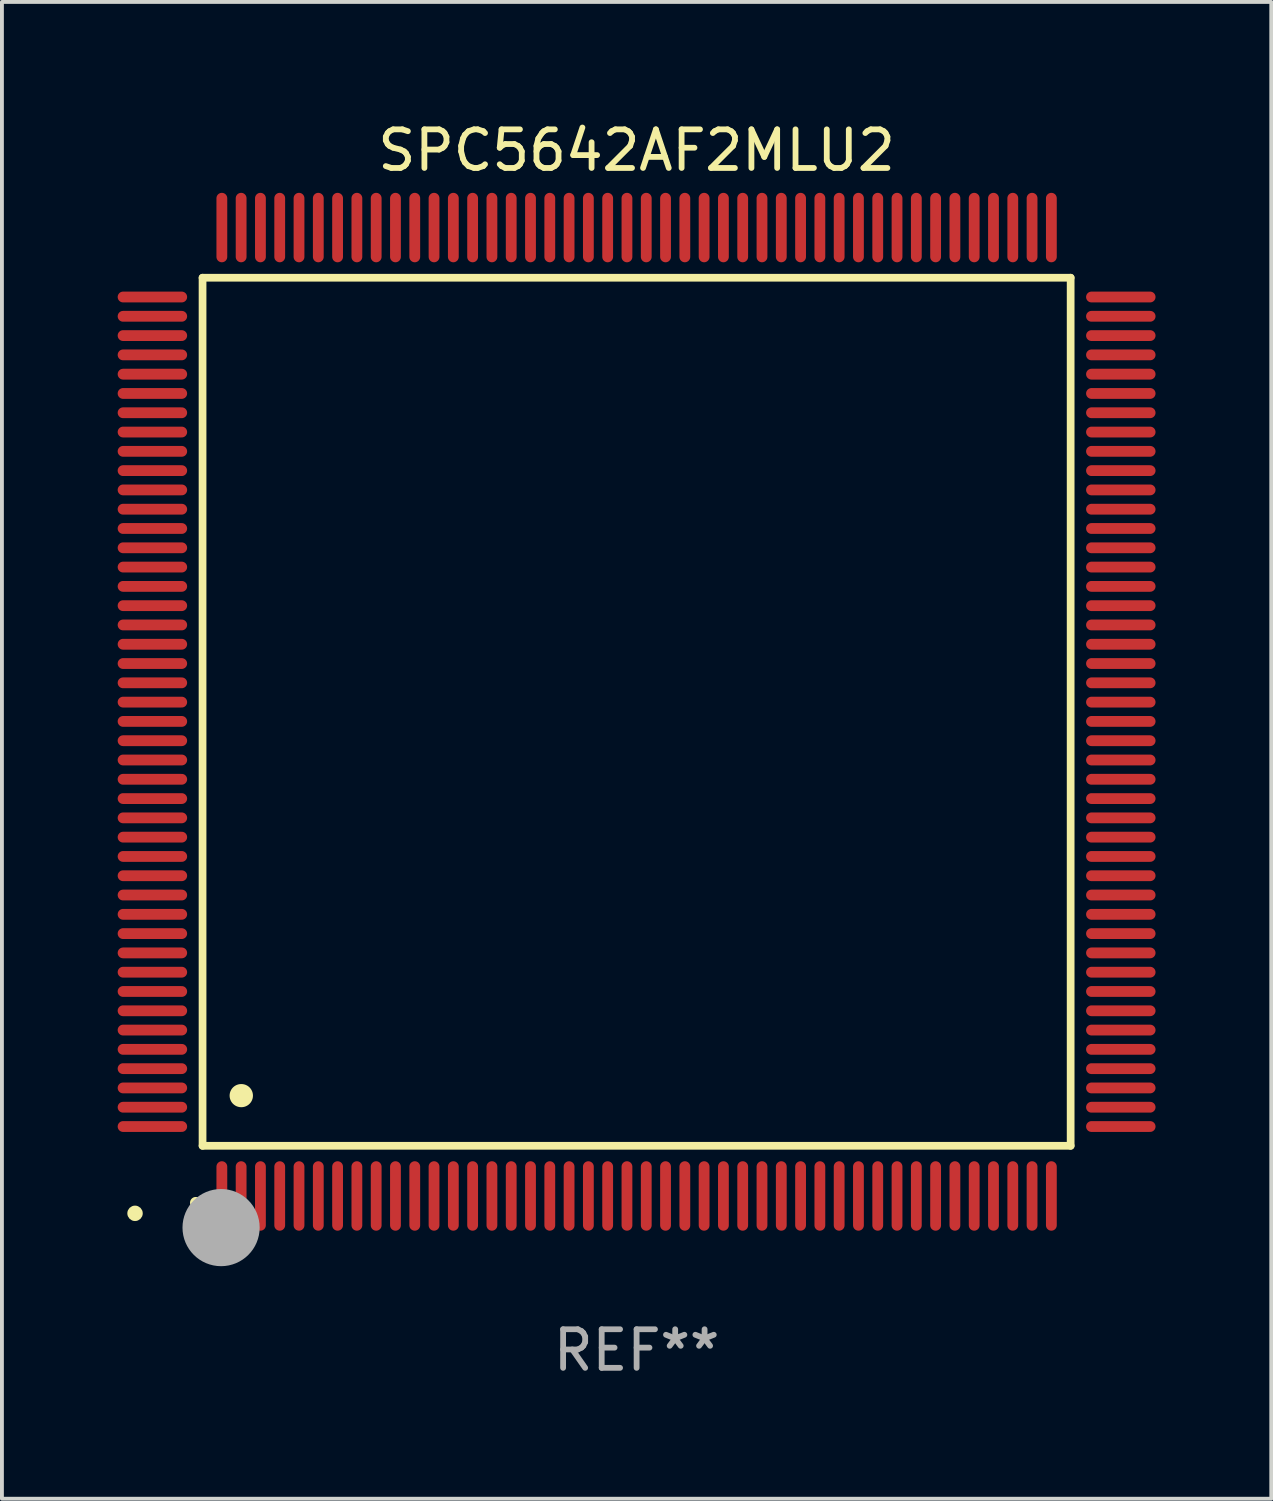
<source format=kicad_pcb>
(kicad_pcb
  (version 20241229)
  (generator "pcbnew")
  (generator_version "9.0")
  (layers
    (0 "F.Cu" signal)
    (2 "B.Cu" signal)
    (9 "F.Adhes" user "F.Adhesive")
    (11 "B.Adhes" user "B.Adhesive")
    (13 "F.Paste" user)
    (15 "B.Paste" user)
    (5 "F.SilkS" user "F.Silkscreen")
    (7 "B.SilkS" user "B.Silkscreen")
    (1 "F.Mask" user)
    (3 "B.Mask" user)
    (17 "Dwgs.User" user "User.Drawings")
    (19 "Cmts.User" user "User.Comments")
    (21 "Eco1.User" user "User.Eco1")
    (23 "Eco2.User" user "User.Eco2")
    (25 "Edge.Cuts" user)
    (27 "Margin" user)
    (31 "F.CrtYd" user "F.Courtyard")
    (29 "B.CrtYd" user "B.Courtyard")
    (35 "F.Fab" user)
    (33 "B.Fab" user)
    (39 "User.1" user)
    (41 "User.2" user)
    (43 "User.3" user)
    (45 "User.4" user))
  (footprint "SPC5642AF2MLU2"
    (layer "F.Cu")
    (at 13.45 15.398)
    (property "Reference" "SPC5642AF2MLU2" (at 0 -14.55 0) (layer "F.SilkS") (effects (font (size 1 1) (thickness 0.15))))
    (attr through_hole)
    (fp_line (start -11.25 -11.25) (end 11.25 -11.25) (stroke (width 0.2) (type solid)) (layer "F.SilkS"))
    (fp_line (start -11.25 11.25) (end -11.25 -11.25) (stroke (width 0.2) (type solid)) (layer "F.SilkS"))
    (fp_line (start 11.25 -11.25) (end 11.25 11.25) (stroke (width 0.2) (type solid)) (layer "F.SilkS"))
    (fp_line (start 11.25 11.25) (end -11.25 11.25) (stroke (width 0.2) (type solid)) (layer "F.SilkS"))
    (fp_arc (start -11.424943 12.725425) (mid -11.423673 12.72542) (end -11.422403 12.725425) (stroke (width 0.3) (type solid)) (layer "F.SilkS"))
    (fp_arc (start -10.24892 9.9492) (mid -10.24638 9.949189) (end -10.24384 9.9492) (stroke (width 0.6) (type solid)) (layer "F.SilkS"))
    (fp_circle (center -13 13) (end -12.9 13) (stroke (width 0.2) (type solid)) (fill no) (layer "F.SilkS"))
    (fp_circle (center -10.77 13.37) (end -10.27 13.37) (stroke (width 1) (type solid)) (fill no) (layer "F.Fab"))
    (fp_text user "REF**" (at 0 16.55 0) (layer "F.Fab") (effects (font (size 1 1) (thickness 0.15))))
    (pad "1" smd oval (at -10.75 12.55) (size 0.28 1.8) (layers "F.Cu" "F.Mask" "F.Paste"))
    (pad "2" smd oval (at -10.25 12.55) (size 0.28 1.8) (layers "F.Cu" "F.Mask" "F.Paste"))
    (pad "3" smd oval (at -9.75 12.55) (size 0.28 1.8) (layers "F.Cu" "F.Mask" "F.Paste"))
    (pad "4" smd oval (at -9.25 12.55) (size 0.28 1.8) (layers "F.Cu" "F.Mask" "F.Paste"))
    (pad "5" smd oval (at -8.75 12.55) (size 0.28 1.8) (layers "F.Cu" "F.Mask" "F.Paste"))
    (pad "6" smd oval (at -8.25 12.55) (size 0.28 1.8) (layers "F.Cu" "F.Mask" "F.Paste"))
    (pad "7" smd oval (at -7.75 12.55) (size 0.28 1.8) (layers "F.Cu" "F.Mask" "F.Paste"))
    (pad "8" smd oval (at -7.25 12.55) (size 0.28 1.8) (layers "F.Cu" "F.Mask" "F.Paste"))
    (pad "9" smd oval (at -6.75 12.55) (size 0.28 1.8) (layers "F.Cu" "F.Mask" "F.Paste"))
    (pad "10" smd oval (at -6.25 12.55) (size 0.28 1.8) (layers "F.Cu" "F.Mask" "F.Paste"))
    (pad "11" smd oval (at -5.75 12.55) (size 0.28 1.8) (layers "F.Cu" "F.Mask" "F.Paste"))
    (pad "12" smd oval (at -5.25 12.55) (size 0.28 1.8) (layers "F.Cu" "F.Mask" "F.Paste"))
    (pad "13" smd oval (at -4.75 12.55) (size 0.28 1.8) (layers "F.Cu" "F.Mask" "F.Paste"))
    (pad "14" smd oval (at -4.25 12.55) (size 0.28 1.8) (layers "F.Cu" "F.Mask" "F.Paste"))
    (pad "15" smd oval (at -3.75 12.55) (size 0.28 1.8) (layers "F.Cu" "F.Mask" "F.Paste"))
    (pad "16" smd oval (at -3.25 12.55) (size 0.28 1.8) (layers "F.Cu" "F.Mask" "F.Paste"))
    (pad "17" smd oval (at -2.75 12.55) (size 0.28 1.8) (layers "F.Cu" "F.Mask" "F.Paste"))
    (pad "18" smd oval (at -2.25 12.55) (size 0.28 1.8) (layers "F.Cu" "F.Mask" "F.Paste"))
    (pad "19" smd oval (at -1.75 12.55) (size 0.28 1.8) (layers "F.Cu" "F.Mask" "F.Paste"))
    (pad "20" smd oval (at -1.25 12.55) (size 0.28 1.8) (layers "F.Cu" "F.Mask" "F.Paste"))
    (pad "21" smd oval (at -0.75 12.55) (size 0.28 1.8) (layers "F.Cu" "F.Mask" "F.Paste"))
    (pad "22" smd oval (at -0.25 12.55) (size 0.28 1.8) (layers "F.Cu" "F.Mask" "F.Paste"))
    (pad "23" smd oval (at 0.25 12.55) (size 0.28 1.8) (layers "F.Cu" "F.Mask" "F.Paste"))
    (pad "24" smd oval (at 0.75 12.55) (size 0.28 1.8) (layers "F.Cu" "F.Mask" "F.Paste"))
    (pad "25" smd oval (at 1.25 12.55) (size 0.28 1.8) (layers "F.Cu" "F.Mask" "F.Paste"))
    (pad "26" smd oval (at 1.75 12.55) (size 0.28 1.8) (layers "F.Cu" "F.Mask" "F.Paste"))
    (pad "27" smd oval (at 2.25 12.55) (size 0.28 1.8) (layers "F.Cu" "F.Mask" "F.Paste"))
    (pad "28" smd oval (at 2.75 12.55) (size 0.28 1.8) (layers "F.Cu" "F.Mask" "F.Paste"))
    (pad "29" smd oval (at 3.25 12.55) (size 0.28 1.8) (layers "F.Cu" "F.Mask" "F.Paste"))
    (pad "30" smd oval (at 3.75 12.55) (size 0.28 1.8) (layers "F.Cu" "F.Mask" "F.Paste"))
    (pad "31" smd oval (at 4.25 12.55) (size 0.28 1.8) (layers "F.Cu" "F.Mask" "F.Paste"))
    (pad "32" smd oval (at 4.75 12.55) (size 0.28 1.8) (layers "F.Cu" "F.Mask" "F.Paste"))
    (pad "33" smd oval (at 5.25 12.55) (size 0.28 1.8) (layers "F.Cu" "F.Mask" "F.Paste"))
    (pad "34" smd oval (at 5.75 12.55) (size 0.28 1.8) (layers "F.Cu" "F.Mask" "F.Paste"))
    (pad "35" smd oval (at 6.25 12.55) (size 0.28 1.8) (layers "F.Cu" "F.Mask" "F.Paste"))
    (pad "36" smd oval (at 6.75 12.55) (size 0.28 1.8) (layers "F.Cu" "F.Mask" "F.Paste"))
    (pad "37" smd oval (at 7.25 12.55) (size 0.28 1.8) (layers "F.Cu" "F.Mask" "F.Paste"))
    (pad "38" smd oval (at 7.75 12.55) (size 0.28 1.8) (layers "F.Cu" "F.Mask" "F.Paste"))
    (pad "39" smd oval (at 8.25 12.55) (size 0.28 1.8) (layers "F.Cu" "F.Mask" "F.Paste"))
    (pad "40" smd oval (at 8.75 12.55) (size 0.28 1.8) (layers "F.Cu" "F.Mask" "F.Paste"))
    (pad "41" smd oval (at 9.25 12.55) (size 0.28 1.8) (layers "F.Cu" "F.Mask" "F.Paste"))
    (pad "42" smd oval (at 9.75 12.55) (size 0.28 1.8) (layers "F.Cu" "F.Mask" "F.Paste"))
    (pad "43" smd oval (at 10.25 12.55) (size 0.28 1.8) (layers "F.Cu" "F.Mask" "F.Paste"))
    (pad "44" smd oval (at 10.75 12.55) (size 0.28 1.8) (layers "F.Cu" "F.Mask" "F.Paste"))
    (pad "45" smd oval (at 12.55 10.75) (size 1.8 0.28) (layers "F.Cu" "F.Mask" "F.Paste"))
    (pad "46" smd oval (at 12.55 10.25) (size 1.8 0.28) (layers "F.Cu" "F.Mask" "F.Paste"))
    (pad "47" smd oval (at 12.55 9.75) (size 1.8 0.28) (layers "F.Cu" "F.Mask" "F.Paste"))
    (pad "48" smd oval (at 12.55 9.25) (size 1.8 0.28) (layers "F.Cu" "F.Mask" "F.Paste"))
    (pad "49" smd oval (at 12.55 8.75) (size 1.8 0.28) (layers "F.Cu" "F.Mask" "F.Paste"))
    (pad "50" smd oval (at 12.55 8.25) (size 1.8 0.28) (layers "F.Cu" "F.Mask" "F.Paste"))
    (pad "51" smd oval (at 12.55 7.75) (size 1.8 0.28) (layers "F.Cu" "F.Mask" "F.Paste"))
    (pad "52" smd oval (at 12.55 7.25) (size 1.8 0.28) (layers "F.Cu" "F.Mask" "F.Paste"))
    (pad "53" smd oval (at 12.55 6.75) (size 1.8 0.28) (layers "F.Cu" "F.Mask" "F.Paste"))
    (pad "54" smd oval (at 12.55 6.25) (size 1.8 0.28) (layers "F.Cu" "F.Mask" "F.Paste"))
    (pad "55" smd oval (at 12.55 5.75) (size 1.8 0.28) (layers "F.Cu" "F.Mask" "F.Paste"))
    (pad "56" smd oval (at 12.55 5.25) (size 1.8 0.28) (layers "F.Cu" "F.Mask" "F.Paste"))
    (pad "57" smd oval (at 12.55 4.75) (size 1.8 0.28) (layers "F.Cu" "F.Mask" "F.Paste"))
    (pad "58" smd oval (at 12.55 4.25) (size 1.8 0.28) (layers "F.Cu" "F.Mask" "F.Paste"))
    (pad "59" smd oval (at 12.55 3.75) (size 1.8 0.28) (layers "F.Cu" "F.Mask" "F.Paste"))
    (pad "60" smd oval (at 12.55 3.25) (size 1.8 0.28) (layers "F.Cu" "F.Mask" "F.Paste"))
    (pad "61" smd oval (at 12.55 2.75) (size 1.8 0.28) (layers "F.Cu" "F.Mask" "F.Paste"))
    (pad "62" smd oval (at 12.55 2.25) (size 1.8 0.28) (layers "F.Cu" "F.Mask" "F.Paste"))
    (pad "63" smd oval (at 12.55 1.75) (size 1.8 0.28) (layers "F.Cu" "F.Mask" "F.Paste"))
    (pad "64" smd oval (at 12.55 1.25) (size 1.8 0.28) (layers "F.Cu" "F.Mask" "F.Paste"))
    (pad "65" smd oval (at 12.55 0.75) (size 1.8 0.28) (layers "F.Cu" "F.Mask" "F.Paste"))
    (pad "66" smd oval (at 12.55 0.25) (size 1.8 0.28) (layers "F.Cu" "F.Mask" "F.Paste"))
    (pad "67" smd oval (at 12.55 -0.25) (size 1.8 0.28) (layers "F.Cu" "F.Mask" "F.Paste"))
    (pad "68" smd oval (at 12.55 -0.75) (size 1.8 0.28) (layers "F.Cu" "F.Mask" "F.Paste"))
    (pad "69" smd oval (at 12.55 -1.25) (size 1.8 0.28) (layers "F.Cu" "F.Mask" "F.Paste"))
    (pad "70" smd oval (at 12.55 -1.75) (size 1.8 0.28) (layers "F.Cu" "F.Mask" "F.Paste"))
    (pad "71" smd oval (at 12.55 -2.25) (size 1.8 0.28) (layers "F.Cu" "F.Mask" "F.Paste"))
    (pad "72" smd oval (at 12.55 -2.75) (size 1.8 0.28) (layers "F.Cu" "F.Mask" "F.Paste"))
    (pad "73" smd oval (at 12.55 -3.25) (size 1.8 0.28) (layers "F.Cu" "F.Mask" "F.Paste"))
    (pad "74" smd oval (at 12.55 -3.75) (size 1.8 0.28) (layers "F.Cu" "F.Mask" "F.Paste"))
    (pad "75" smd oval (at 12.55 -4.25) (size 1.8 0.28) (layers "F.Cu" "F.Mask" "F.Paste"))
    (pad "76" smd oval (at 12.55 -4.75) (size 1.8 0.28) (layers "F.Cu" "F.Mask" "F.Paste"))
    (pad "77" smd oval (at 12.55 -5.25) (size 1.8 0.28) (layers "F.Cu" "F.Mask" "F.Paste"))
    (pad "78" smd oval (at 12.55 -5.75) (size 1.8 0.28) (layers "F.Cu" "F.Mask" "F.Paste"))
    (pad "79" smd oval (at 12.55 -6.25) (size 1.8 0.28) (layers "F.Cu" "F.Mask" "F.Paste"))
    (pad "80" smd oval (at 12.55 -6.75) (size 1.8 0.28) (layers "F.Cu" "F.Mask" "F.Paste"))
    (pad "81" smd oval (at 12.55 -7.25) (size 1.8 0.28) (layers "F.Cu" "F.Mask" "F.Paste"))
    (pad "82" smd oval (at 12.55 -7.75) (size 1.8 0.28) (layers "F.Cu" "F.Mask" "F.Paste"))
    (pad "83" smd oval (at 12.55 -8.25) (size 1.8 0.28) (layers "F.Cu" "F.Mask" "F.Paste"))
    (pad "84" smd oval (at 12.55 -8.75) (size 1.8 0.28) (layers "F.Cu" "F.Mask" "F.Paste"))
    (pad "85" smd oval (at 12.55 -9.25) (size 1.8 0.28) (layers "F.Cu" "F.Mask" "F.Paste"))
    (pad "86" smd oval (at 12.55 -9.75) (size 1.8 0.28) (layers "F.Cu" "F.Mask" "F.Paste"))
    (pad "87" smd oval (at 12.55 -10.25) (size 1.8 0.28) (layers "F.Cu" "F.Mask" "F.Paste"))
    (pad "88" smd oval (at 12.55 -10.75) (size 1.8 0.28) (layers "F.Cu" "F.Mask" "F.Paste"))
    (pad "89" smd oval (at 10.75 -12.55) (size 0.28 1.8) (layers "F.Cu" "F.Mask" "F.Paste"))
    (pad "90" smd oval (at 10.25 -12.55) (size 0.28 1.8) (layers "F.Cu" "F.Mask" "F.Paste"))
    (pad "91" smd oval (at 9.75 -12.55) (size 0.28 1.8) (layers "F.Cu" "F.Mask" "F.Paste"))
    (pad "92" smd oval (at 9.25 -12.55) (size 0.28 1.8) (layers "F.Cu" "F.Mask" "F.Paste"))
    (pad "93" smd oval (at 8.75 -12.55) (size 0.28 1.8) (layers "F.Cu" "F.Mask" "F.Paste"))
    (pad "94" smd oval (at 8.25 -12.55) (size 0.28 1.8) (layers "F.Cu" "F.Mask" "F.Paste"))
    (pad "95" smd oval (at 7.75 -12.55) (size 0.28 1.8) (layers "F.Cu" "F.Mask" "F.Paste"))
    (pad "96" smd oval (at 7.25 -12.55) (size 0.28 1.8) (layers "F.Cu" "F.Mask" "F.Paste"))
    (pad "97" smd oval (at 6.75 -12.55) (size 0.28 1.8) (layers "F.Cu" "F.Mask" "F.Paste"))
    (pad "98" smd oval (at 6.25 -12.55) (size 0.28 1.8) (layers "F.Cu" "F.Mask" "F.Paste"))
    (pad "99" smd oval (at 5.75 -12.55) (size 0.28 1.8) (layers "F.Cu" "F.Mask" "F.Paste"))
    (pad "100" smd oval (at 5.25 -12.55) (size 0.28 1.8) (layers "F.Cu" "F.Mask" "F.Paste"))
    (pad "101" smd oval (at 4.75 -12.55) (size 0.28 1.8) (layers "F.Cu" "F.Mask" "F.Paste"))
    (pad "102" smd oval (at 4.25 -12.55) (size 0.28 1.8) (layers "F.Cu" "F.Mask" "F.Paste"))
    (pad "103" smd oval (at 3.75 -12.55) (size 0.28 1.8) (layers "F.Cu" "F.Mask" "F.Paste"))
    (pad "104" smd oval (at 3.25 -12.55) (size 0.28 1.8) (layers "F.Cu" "F.Mask" "F.Paste"))
    (pad "105" smd oval (at 2.75 -12.55) (size 0.28 1.8) (layers "F.Cu" "F.Mask" "F.Paste"))
    (pad "106" smd oval (at 2.25 -12.55) (size 0.28 1.8) (layers "F.Cu" "F.Mask" "F.Paste"))
    (pad "107" smd oval (at 1.75 -12.55) (size 0.28 1.8) (layers "F.Cu" "F.Mask" "F.Paste"))
    (pad "108" smd oval (at 1.25 -12.55) (size 0.28 1.8) (layers "F.Cu" "F.Mask" "F.Paste"))
    (pad "109" smd oval (at 0.75 -12.55) (size 0.28 1.8) (layers "F.Cu" "F.Mask" "F.Paste"))
    (pad "110" smd oval (at 0.25 -12.55) (size 0.28 1.8) (layers "F.Cu" "F.Mask" "F.Paste"))
    (pad "111" smd oval (at -0.25 -12.55) (size 0.28 1.8) (layers "F.Cu" "F.Mask" "F.Paste"))
    (pad "112" smd oval (at -0.75 -12.55) (size 0.28 1.8) (layers "F.Cu" "F.Mask" "F.Paste"))
    (pad "113" smd oval (at -1.25 -12.55) (size 0.28 1.8) (layers "F.Cu" "F.Mask" "F.Paste"))
    (pad "114" smd oval (at -1.75 -12.55) (size 0.28 1.8) (layers "F.Cu" "F.Mask" "F.Paste"))
    (pad "115" smd oval (at -2.25 -12.55) (size 0.28 1.8) (layers "F.Cu" "F.Mask" "F.Paste"))
    (pad "116" smd oval (at -2.75 -12.55) (size 0.28 1.8) (layers "F.Cu" "F.Mask" "F.Paste"))
    (pad "117" smd oval (at -3.25 -12.55) (size 0.28 1.8) (layers "F.Cu" "F.Mask" "F.Paste"))
    (pad "118" smd oval (at -3.75 -12.55) (size 0.28 1.8) (layers "F.Cu" "F.Mask" "F.Paste"))
    (pad "119" smd oval (at -4.25 -12.55) (size 0.28 1.8) (layers "F.Cu" "F.Mask" "F.Paste"))
    (pad "120" smd oval (at -4.75 -12.55) (size 0.28 1.8) (layers "F.Cu" "F.Mask" "F.Paste"))
    (pad "121" smd oval (at -5.25 -12.55) (size 0.28 1.8) (layers "F.Cu" "F.Mask" "F.Paste"))
    (pad "122" smd oval (at -5.75 -12.55) (size 0.28 1.8) (layers "F.Cu" "F.Mask" "F.Paste"))
    (pad "123" smd oval (at -6.25 -12.55) (size 0.28 1.8) (layers "F.Cu" "F.Mask" "F.Paste"))
    (pad "124" smd oval (at -6.75 -12.55) (size 0.28 1.8) (layers "F.Cu" "F.Mask" "F.Paste"))
    (pad "125" smd oval (at -7.25 -12.55) (size 0.28 1.8) (layers "F.Cu" "F.Mask" "F.Paste"))
    (pad "126" smd oval (at -7.75 -12.55) (size 0.28 1.8) (layers "F.Cu" "F.Mask" "F.Paste"))
    (pad "127" smd oval (at -8.25 -12.55) (size 0.28 1.8) (layers "F.Cu" "F.Mask" "F.Paste"))
    (pad "128" smd oval (at -8.75 -12.55) (size 0.28 1.8) (layers "F.Cu" "F.Mask" "F.Paste"))
    (pad "129" smd oval (at -9.25 -12.55) (size 0.28 1.8) (layers "F.Cu" "F.Mask" "F.Paste"))
    (pad "130" smd oval (at -9.75 -12.55) (size 0.28 1.8) (layers "F.Cu" "F.Mask" "F.Paste"))
    (pad "131" smd oval (at -10.25 -12.55) (size 0.28 1.8) (layers "F.Cu" "F.Mask" "F.Paste"))
    (pad "132" smd oval (at -10.75 -12.55) (size 0.28 1.8) (layers "F.Cu" "F.Mask" "F.Paste"))
    (pad "133" smd oval (at -12.55 -10.75) (size 1.8 0.28) (layers "F.Cu" "F.Mask" "F.Paste"))
    (pad "134" smd oval (at -12.55 -10.25) (size 1.8 0.28) (layers "F.Cu" "F.Mask" "F.Paste"))
    (pad "135" smd oval (at -12.55 -9.75) (size 1.8 0.28) (layers "F.Cu" "F.Mask" "F.Paste"))
    (pad "136" smd oval (at -12.55 -9.25) (size 1.8 0.28) (layers "F.Cu" "F.Mask" "F.Paste"))
    (pad "137" smd oval (at -12.55 -8.75) (size 1.8 0.28) (layers "F.Cu" "F.Mask" "F.Paste"))
    (pad "138" smd oval (at -12.55 -8.25) (size 1.8 0.28) (layers "F.Cu" "F.Mask" "F.Paste"))
    (pad "139" smd oval (at -12.55 -7.75) (size 1.8 0.28) (layers "F.Cu" "F.Mask" "F.Paste"))
    (pad "140" smd oval (at -12.55 -7.25) (size 1.8 0.28) (layers "F.Cu" "F.Mask" "F.Paste"))
    (pad "141" smd oval (at -12.55 -6.75) (size 1.8 0.28) (layers "F.Cu" "F.Mask" "F.Paste"))
    (pad "142" smd oval (at -12.55 -6.25) (size 1.8 0.28) (layers "F.Cu" "F.Mask" "F.Paste"))
    (pad "143" smd oval (at -12.55 -5.75) (size 1.8 0.28) (layers "F.Cu" "F.Mask" "F.Paste"))
    (pad "144" smd oval (at -12.55 -5.25) (size 1.8 0.28) (layers "F.Cu" "F.Mask" "F.Paste"))
    (pad "145" smd oval (at -12.55 -4.75) (size 1.8 0.28) (layers "F.Cu" "F.Mask" "F.Paste"))
    (pad "146" smd oval (at -12.55 -4.25) (size 1.8 0.28) (layers "F.Cu" "F.Mask" "F.Paste"))
    (pad "147" smd oval (at -12.55 -3.75) (size 1.8 0.28) (layers "F.Cu" "F.Mask" "F.Paste"))
    (pad "148" smd oval (at -12.55 -3.25) (size 1.8 0.28) (layers "F.Cu" "F.Mask" "F.Paste"))
    (pad "149" smd oval (at -12.55 -2.75) (size 1.8 0.28) (layers "F.Cu" "F.Mask" "F.Paste"))
    (pad "150" smd oval (at -12.55 -2.25) (size 1.8 0.28) (layers "F.Cu" "F.Mask" "F.Paste"))
    (pad "151" smd oval (at -12.55 -1.75) (size 1.8 0.28) (layers "F.Cu" "F.Mask" "F.Paste"))
    (pad "152" smd oval (at -12.55 -1.25) (size 1.8 0.28) (layers "F.Cu" "F.Mask" "F.Paste"))
    (pad "153" smd oval (at -12.55 -0.75) (size 1.8 0.28) (layers "F.Cu" "F.Mask" "F.Paste"))
    (pad "154" smd oval (at -12.55 -0.25) (size 1.8 0.28) (layers "F.Cu" "F.Mask" "F.Paste"))
    (pad "155" smd oval (at -12.55 0.25) (size 1.8 0.28) (layers "F.Cu" "F.Mask" "F.Paste"))
    (pad "156" smd oval (at -12.55 0.75) (size 1.8 0.28) (layers "F.Cu" "F.Mask" "F.Paste"))
    (pad "157" smd oval (at -12.55 1.25) (size 1.8 0.28) (layers "F.Cu" "F.Mask" "F.Paste"))
    (pad "158" smd oval (at -12.55 1.75) (size 1.8 0.28) (layers "F.Cu" "F.Mask" "F.Paste"))
    (pad "159" smd oval (at -12.55 2.25) (size 1.8 0.28) (layers "F.Cu" "F.Mask" "F.Paste"))
    (pad "160" smd oval (at -12.55 2.75) (size 1.8 0.28) (layers "F.Cu" "F.Mask" "F.Paste"))
    (pad "161" smd oval (at -12.55 3.25) (size 1.8 0.28) (layers "F.Cu" "F.Mask" "F.Paste"))
    (pad "162" smd oval (at -12.55 3.75) (size 1.8 0.28) (layers "F.Cu" "F.Mask" "F.Paste"))
    (pad "163" smd oval (at -12.55 4.25) (size 1.8 0.28) (layers "F.Cu" "F.Mask" "F.Paste"))
    (pad "164" smd oval (at -12.55 4.75) (size 1.8 0.28) (layers "F.Cu" "F.Mask" "F.Paste"))
    (pad "165" smd oval (at -12.55 5.25) (size 1.8 0.28) (layers "F.Cu" "F.Mask" "F.Paste"))
    (pad "166" smd oval (at -12.55 5.75) (size 1.8 0.28) (layers "F.Cu" "F.Mask" "F.Paste"))
    (pad "167" smd oval (at -12.55 6.25) (size 1.8 0.28) (layers "F.Cu" "F.Mask" "F.Paste"))
    (pad "168" smd oval (at -12.55 6.75) (size 1.8 0.28) (layers "F.Cu" "F.Mask" "F.Paste"))
    (pad "169" smd oval (at -12.55 7.25) (size 1.8 0.28) (layers "F.Cu" "F.Mask" "F.Paste"))
    (pad "170" smd oval (at -12.55 7.75) (size 1.8 0.28) (layers "F.Cu" "F.Mask" "F.Paste"))
    (pad "171" smd oval (at -12.55 8.25) (size 1.8 0.28) (layers "F.Cu" "F.Mask" "F.Paste"))
    (pad "172" smd oval (at -12.55 8.75) (size 1.8 0.28) (layers "F.Cu" "F.Mask" "F.Paste"))
    (pad "173" smd oval (at -12.55 9.25) (size 1.8 0.28) (layers "F.Cu" "F.Mask" "F.Paste"))
    (pad "174" smd oval (at -12.55 9.75) (size 1.8 0.28) (layers "F.Cu" "F.Mask" "F.Paste"))
    (pad "175" smd oval (at -12.55 10.25) (size 1.8 0.28) (layers "F.Cu" "F.Mask" "F.Paste"))
    (pad "176" smd oval (at -12.55 10.75) (size 1.8 0.28) (layers "F.Cu" "F.Mask" "F.Paste")))
  (gr_rect
    (start -3 -3)
    (end 29.9 35.796)
    (stroke (width 0.1) (type default))
    (fill no)
    (layer "Edge.Cuts")))
</source>
